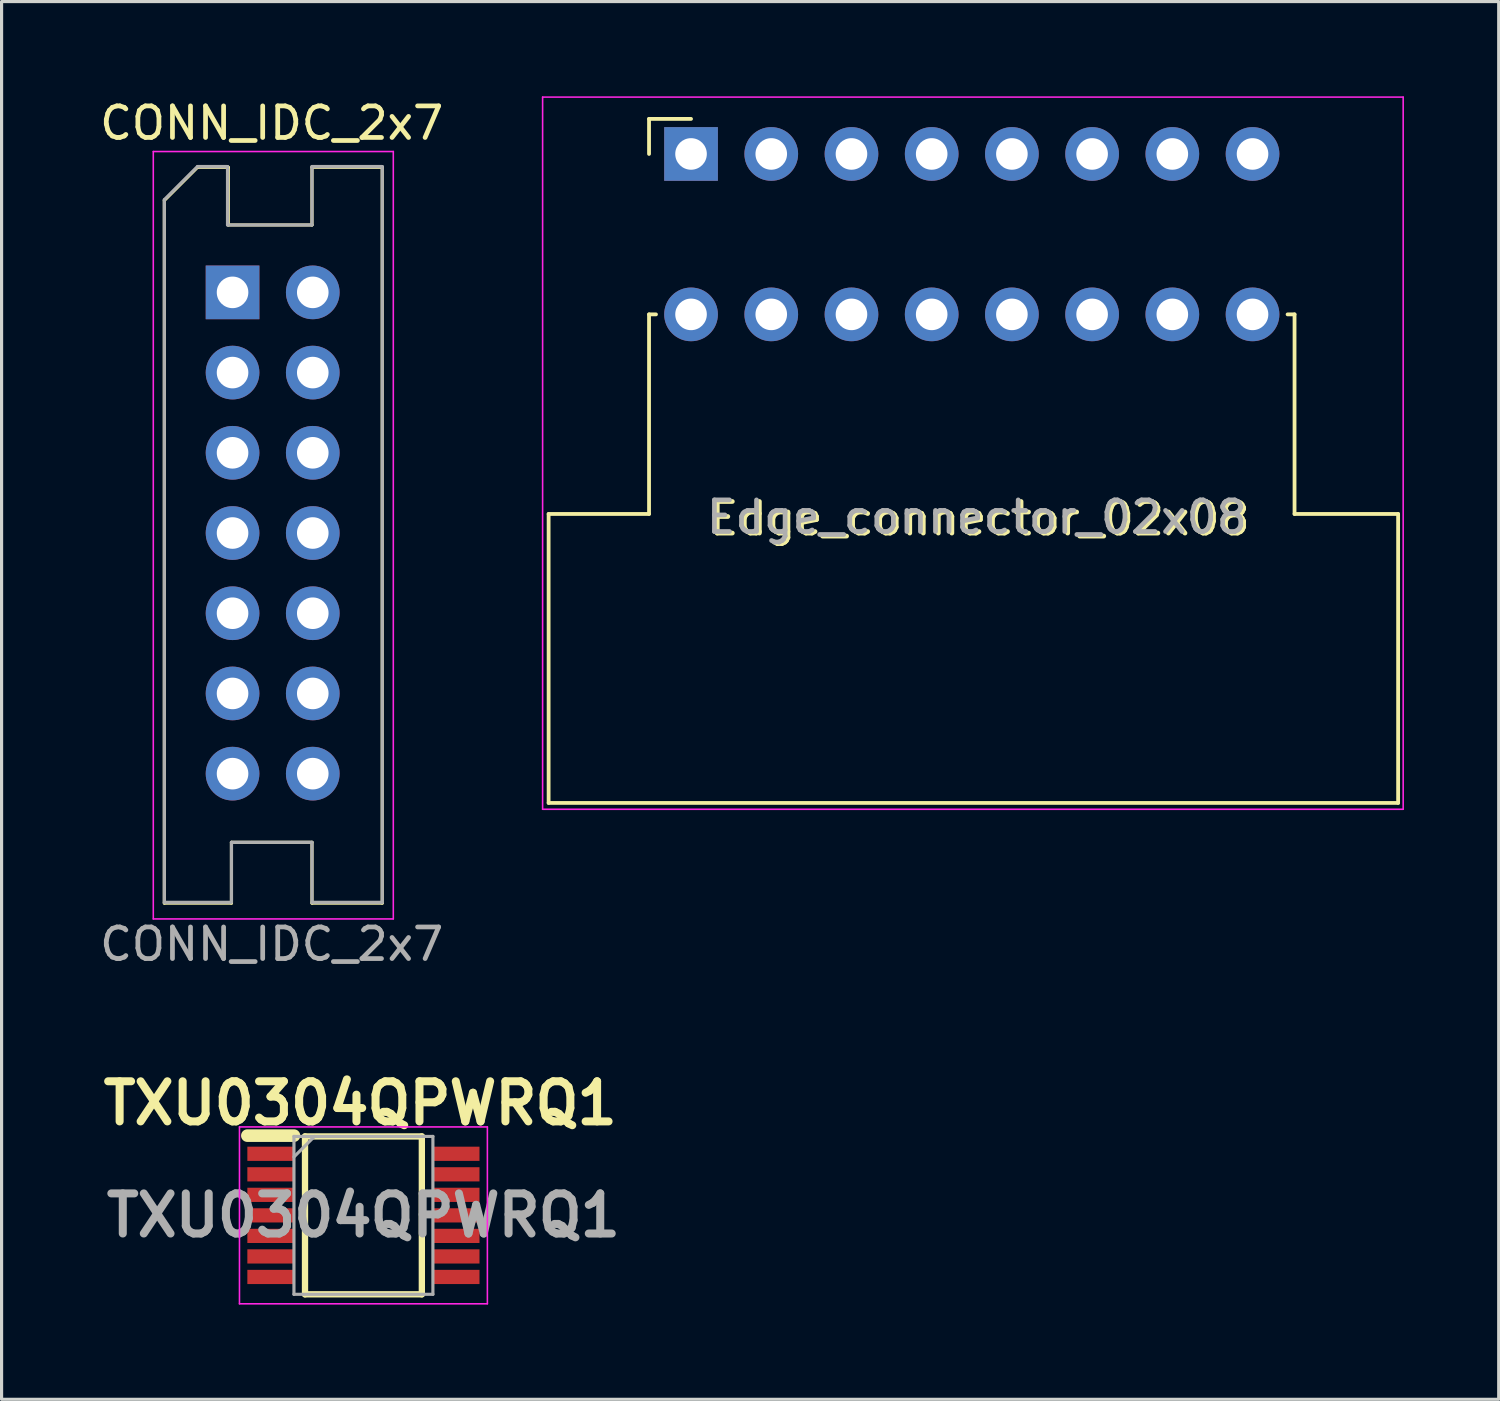
<source format=kicad_pcb>
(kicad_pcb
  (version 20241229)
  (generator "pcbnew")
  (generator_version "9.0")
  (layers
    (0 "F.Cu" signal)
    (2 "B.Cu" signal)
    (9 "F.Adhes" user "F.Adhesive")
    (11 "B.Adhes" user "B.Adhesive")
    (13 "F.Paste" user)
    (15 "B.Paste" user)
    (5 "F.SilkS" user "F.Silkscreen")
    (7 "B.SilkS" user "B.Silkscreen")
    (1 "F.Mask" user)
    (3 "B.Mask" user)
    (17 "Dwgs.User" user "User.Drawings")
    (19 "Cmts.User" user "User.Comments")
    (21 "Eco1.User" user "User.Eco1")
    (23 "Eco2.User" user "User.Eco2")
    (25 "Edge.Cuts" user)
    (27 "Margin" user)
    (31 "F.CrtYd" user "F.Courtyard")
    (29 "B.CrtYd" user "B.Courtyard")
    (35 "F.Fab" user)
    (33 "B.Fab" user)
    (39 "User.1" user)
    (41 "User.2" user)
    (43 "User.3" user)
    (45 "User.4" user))
  (footprint "Edge_connector_02x08"
    (layer "F.Cu")
    (at 27.722 13.375)
    (property "Reference" "Edge_connector_02x08" (at 0.25 0 0) (unlocked yes) (layer "F.SilkS") (effects (font (size 1 1) (thickness 0.15))))
    (attr through_hole)
    (fp_line (start -13.4 -0.15) (end -10.22 -0.15) (stroke (width 0.12) (type solid)) (layer "F.SilkS"))
    (fp_line (start -13.4 9) (end -13.4 -0.15) (stroke (width 0.12) (type solid)) (layer "F.SilkS"))
    (fp_line (start -13.4 9) (end 13.5 9) (stroke (width 0.12) (type solid)) (layer "F.SilkS"))
    (fp_line (start -10.22 -12.66) (end -8.89 -12.66) (stroke (width 0.12) (type solid)) (layer "F.SilkS"))
    (fp_line (start -10.22 -11.55) (end -10.22 -12.66) (stroke (width 0.12) (type solid)) (layer "F.SilkS"))
    (fp_line (start -10.22 -6.47) (end -10 -6.47) (stroke (width 0.12) (type solid)) (layer "F.SilkS"))
    (fp_line (start -10.22 -0.15) (end -10.22 -6.47) (stroke (width 0.12) (type solid)) (layer "F.SilkS"))
    (fp_line (start 10 -6.47) (end 10.22 -6.47) (stroke (width 0.12) (type solid)) (layer "F.SilkS"))
    (fp_line (start 10.22 -0.15) (end 10.22 -6.47) (stroke (width 0.12) (type solid)) (layer "F.SilkS"))
    (fp_line (start 10.22 -0.15) (end 13.5 -0.15) (stroke (width 0.12) (type solid)) (layer "F.SilkS"))
    (fp_line (start 13.5 9) (end 13.5 -0.15) (stroke (width 0.12) (type solid)) (layer "F.SilkS"))
    (fp_line (start -13.59 -13.35) (end -13.59 9.2) (stroke (width 0.05) (type solid)) (layer "F.CrtYd"))
    (fp_line (start -13.59 9.2) (end 13.66 9.2) (stroke (width 0.05) (type solid)) (layer "F.CrtYd"))
    (fp_line (start 13.66 -13.35) (end -13.59 -13.35) (stroke (width 0.05) (type solid)) (layer "F.CrtYd"))
    (fp_line (start 13.66 9.2) (end 13.66 -13.35) (stroke (width 0.05) (type solid)) (layer "F.CrtYd"))
    (fp_line (start -8.59 -11.55) (end -9.19 -11.55) (stroke (width 0.1) (type solid)) (layer "F.Fab"))
    (fp_line (start -6.05 -11.55) (end -6.65 -11.55) (stroke (width 0.1) (type solid)) (layer "F.Fab"))
    (fp_line (start -3.51 -11.55) (end -4.11 -11.55) (stroke (width 0.1) (type solid)) (layer "F.Fab"))
    (fp_line (start -0.97 -11.55) (end -1.57 -11.55) (stroke (width 0.1) (type solid)) (layer "F.Fab"))
    (fp_line (start 1.57 -11.55) (end 0.97 -11.55) (stroke (width 0.1) (type solid)) (layer "F.Fab"))
    (fp_line (start 4.11 -11.55) (end 3.51 -11.55) (stroke (width 0.1) (type solid)) (layer "F.Fab"))
    (fp_line (start 6.65 -11.55) (end 6.05 -11.55) (stroke (width 0.1) (type solid)) (layer "F.Fab"))
    (fp_line (start 9.19 -11.55) (end 8.59 -11.55) (stroke (width 0.1) (type solid)) (layer "F.Fab"))
    (fp_text user "${REFERENCE}" (at 0.16 -0.05 180) (layer "F.Fab") (effects (font (size 1 1) (thickness 0.15))))
    (pad "1" thru_hole rect (at -8.89 -11.55 90) (size 1.7 1.7) (drill 1) (layers "*.Cu" "*.Mask"))
    (pad "2" thru_hole oval (at -8.89 -6.47 90) (size 1.7 1.7) (drill 1) (layers "*.Cu" "*.Mask"))
    (pad "3" thru_hole oval (at -6.35 -11.55 90) (size 1.7 1.7) (drill 1) (layers "*.Cu" "*.Mask"))
    (pad "4" thru_hole oval (at -6.35 -6.47 90) (size 1.7 1.7) (drill 1) (layers "*.Cu" "*.Mask"))
    (pad "5" thru_hole oval (at -3.81 -11.55 90) (size 1.7 1.7) (drill 1) (layers "*.Cu" "*.Mask"))
    (pad "6" thru_hole oval (at -3.81 -6.47 90) (size 1.7 1.7) (drill 1) (layers "*.Cu" "*.Mask"))
    (pad "7" thru_hole oval (at -1.27 -11.55 90) (size 1.7 1.7) (drill 1) (layers "*.Cu" "*.Mask"))
    (pad "8" thru_hole oval (at -1.27 -6.47 90) (size 1.7 1.7) (drill 1) (layers "*.Cu" "*.Mask"))
    (pad "9" thru_hole oval (at 1.27 -11.55 90) (size 1.7 1.7) (drill 1) (layers "*.Cu" "*.Mask"))
    (pad "10" thru_hole oval (at 1.27 -6.47 90) (size 1.7 1.7) (drill 1) (layers "*.Cu" "*.Mask"))
    (pad "11" thru_hole oval (at 3.81 -11.55 90) (size 1.7 1.7) (drill 1) (layers "*.Cu" "*.Mask"))
    (pad "12" thru_hole oval (at 3.81 -6.47 90) (size 1.7 1.7) (drill 1) (layers "*.Cu" "*.Mask"))
    (pad "13" thru_hole oval (at 6.35 -11.55 90) (size 1.7 1.7) (drill 1) (layers "*.Cu" "*.Mask"))
    (pad "14" thru_hole oval (at 6.35 -6.47 90) (size 1.7 1.7) (drill 1) (layers "*.Cu" "*.Mask"))
    (pad "15" thru_hole oval (at 8.89 -11.55 90) (size 1.7 1.7) (drill 1) (layers "*.Cu" "*.Mask"))
    (pad "16" thru_hole oval (at 8.89 -6.47 90) (size 1.7 1.7) (drill 1) (layers "*.Cu" "*.Mask")))
  (footprint "TXU0304QPWRQ1"
    (layer "F.Cu")
    (at 8.458 35.435)
    (property "Reference" "TXU0304QPWRQ1" (at -0.1 -3.55 0) (layer "F.SilkS") (effects (font (size 1.27 1.27) (thickness 0.254))))
    (attr smd)
    (fp_line (start -3.675 -2.525) (end -2.2 -2.525) (stroke (width 0.4) (type solid)) (layer "F.SilkS"))
    (fp_line (start -1.85 -2.5) (end 1.85 -2.5) (stroke (width 0.2) (type solid)) (layer "F.SilkS"))
    (fp_line (start -1.85 2.5) (end -1.85 -2.5) (stroke (width 0.2) (type solid)) (layer "F.SilkS"))
    (fp_line (start 1.85 -2.5) (end 1.85 2.5) (stroke (width 0.2) (type solid)) (layer "F.SilkS"))
    (fp_line (start 1.85 2.5) (end -1.85 2.5) (stroke (width 0.2) (type solid)) (layer "F.SilkS"))
    (fp_line (start -3.925 -2.8) (end 3.925 -2.8) (stroke (width 0.05) (type solid)) (layer "F.CrtYd"))
    (fp_line (start -3.925 2.8) (end -3.925 -2.8) (stroke (width 0.05) (type solid)) (layer "F.CrtYd"))
    (fp_line (start 3.925 -2.8) (end 3.925 2.8) (stroke (width 0.05) (type solid)) (layer "F.CrtYd"))
    (fp_line (start 3.925 2.8) (end -3.925 2.8) (stroke (width 0.05) (type solid)) (layer "F.CrtYd"))
    (fp_line (start -2.2 -2.5) (end 2.2 -2.5) (stroke (width 0.1) (type solid)) (layer "F.Fab"))
    (fp_line (start -2.2 -1.85) (end -1.55 -2.5) (stroke (width 0.1) (type solid)) (layer "F.Fab"))
    (fp_line (start -2.2 2.5) (end -2.2 -2.5) (stroke (width 0.1) (type solid)) (layer "F.Fab"))
    (fp_line (start 2.2 -2.5) (end 2.2 2.5) (stroke (width 0.1) (type solid)) (layer "F.Fab"))
    (fp_line (start 2.2 2.5) (end -2.2 2.5) (stroke (width 0.1) (type solid)) (layer "F.Fab"))
    (fp_text user "${REFERENCE}" (at 0 0 0) (layer "F.Fab") (effects (font (size 1.27 1.27) (thickness 0.254))))
    (pad "1" smd rect (at -2.938 -1.95 90) (size 0.45 1.475) (layers "F.Cu" "F.Mask" "F.Paste"))
    (pad "2" smd rect (at -2.938 -1.3 90) (size 0.45 1.475) (layers "F.Cu" "F.Mask" "F.Paste"))
    (pad "3" smd rect (at -2.938 -0.65 90) (size 0.45 1.475) (layers "F.Cu" "F.Mask" "F.Paste"))
    (pad "4" smd rect (at -2.938 0 90) (size 0.45 1.475) (layers "F.Cu" "F.Mask" "F.Paste"))
    (pad "5" smd rect (at -2.938 0.65 90) (size 0.45 1.475) (layers "F.Cu" "F.Mask" "F.Paste"))
    (pad "6" smd rect (at -2.938 1.3 90) (size 0.45 1.475) (layers "F.Cu" "F.Mask" "F.Paste"))
    (pad "7" smd rect (at -2.938 1.95 90) (size 0.45 1.475) (layers "F.Cu" "F.Mask" "F.Paste"))
    (pad "8" smd rect (at 2.938 1.95 90) (size 0.45 1.475) (layers "F.Cu" "F.Mask" "F.Paste"))
    (pad "9" smd rect (at 2.938 1.3 90) (size 0.45 1.475) (layers "F.Cu" "F.Mask" "F.Paste"))
    (pad "10" smd rect (at 2.938 0.65 90) (size 0.45 1.475) (layers "F.Cu" "F.Mask" "F.Paste"))
    (pad "11" smd rect (at 2.938 0 90) (size 0.45 1.475) (layers "F.Cu" "F.Mask" "F.Paste"))
    (pad "12" smd rect (at 2.938 -0.65 90) (size 0.45 1.475) (layers "F.Cu" "F.Mask" "F.Paste"))
    (pad "13" smd rect (at 2.938 -1.3 90) (size 0.45 1.475) (layers "F.Cu" "F.Mask" "F.Paste"))
    (pad "14" smd rect (at 2.938 -1.95 90) (size 0.45 1.475) (layers "F.Cu" "F.Mask" "F.Paste")))
  (footprint "CONN_IDC_2x7"
    (layer "F.Cu")
    (at 5.554 13.848)
    (property "Reference" "CONN_IDC_2x7" (at 0 -13 0) (unlocked yes) (layer "F.SilkS") (effects (font (size 1 1) (thickness 0.15))))
    (attr through_hole)
    (fp_line (start -3.4 11.7) (end -3.4 -10.55) (stroke (width 0.1) (type default)) (layer "F.SilkS"))
    (fp_line (start -2.35 -11.6) (end -3.4 -10.55) (stroke (width 0.1) (type default)) (layer "F.SilkS"))
    (fp_line (start -1.375 -11.6) (end -2.35 -11.6) (stroke (width 0.1) (type default)) (layer "F.SilkS"))
    (fp_line (start -1.375 -11.6) (end -1.375 -9.775) (stroke (width 0.1) (type default)) (layer "F.SilkS"))
    (fp_line (start -1.375 -9.775) (end 1.275 -9.775) (stroke (width 0.1) (type default)) (layer "F.SilkS"))
    (fp_line (start -1.275 9.775) (end 1.275 9.775) (stroke (width 0.1) (type default)) (layer "F.SilkS"))
    (fp_line (start -1.275 11.7) (end -3.4 11.7) (stroke (width 0.1) (type default)) (layer "F.SilkS"))
    (fp_line (start -1.275 11.7) (end -1.275 9.775) (stroke (width 0.1) (type default)) (layer "F.SilkS"))
    (fp_line (start 1.275 -9.775) (end 1.275 -11.6) (stroke (width 0.1) (type default)) (layer "F.SilkS"))
    (fp_line (start 1.275 9.775) (end 1.275 11.7) (stroke (width 0.1) (type default)) (layer "F.SilkS"))
    (fp_line (start 3.5 -11.6) (end 1.275 -11.6) (stroke (width 0.1) (type default)) (layer "F.SilkS"))
    (fp_line (start 3.5 -11.6) (end 3.5 11.7) (stroke (width 0.1) (type default)) (layer "F.SilkS"))
    (fp_line (start 3.5 11.7) (end 1.275 11.7) (stroke (width 0.1) (type default)) (layer "F.SilkS"))
    (fp_line (start -3.75 -12.1) (end -3.75 12.2) (stroke (width 0.05) (type solid)) (layer "F.CrtYd"))
    (fp_line (start -3.75 12.2) (end 3.85 12.2) (stroke (width 0.05) (type solid)) (layer "F.CrtYd"))
    (fp_line (start 3.85 -12.1) (end -3.75 -12.1) (stroke (width 0.05) (type solid)) (layer "F.CrtYd"))
    (fp_line (start 3.85 12.2) (end 3.85 -12.1) (stroke (width 0.05) (type solid)) (layer "F.CrtYd"))
    (fp_line (start -3.4 11.675) (end -3.4 -10.575) (stroke (width 0.1) (type default)) (layer "F.Fab"))
    (fp_line (start -2.35 -11.625) (end -3.4 -10.575) (stroke (width 0.1) (type default)) (layer "F.Fab"))
    (fp_line (start -1.4 -11.625) (end -2.35 -11.625) (stroke (width 0.1) (type default)) (layer "F.Fab"))
    (fp_line (start -1.4 -11.625) (end -1.4 -9.775) (stroke (width 0.1) (type default)) (layer "F.Fab"))
    (fp_line (start -1.4 -9.775) (end 1.275 -9.775) (stroke (width 0.1) (type default)) (layer "F.Fab"))
    (fp_line (start -1.275 9.775) (end 1.275 9.775) (stroke (width 0.1) (type default)) (layer "F.Fab"))
    (fp_line (start -1.275 11.65) (end -1.275 9.775) (stroke (width 0.1) (type default)) (layer "F.Fab"))
    (fp_line (start -1.275 11.675) (end -3.4 11.675) (stroke (width 0.1) (type default)) (layer "F.Fab"))
    (fp_line (start 1.275 -9.775) (end 1.275 -11.625) (stroke (width 0.1) (type default)) (layer "F.Fab"))
    (fp_line (start 1.275 9.775) (end 1.275 11.675) (stroke (width 0.1) (type default)) (layer "F.Fab"))
    (fp_line (start 3.5 -11.625) (end 1.275 -11.625) (stroke (width 0.1) (type default)) (layer "F.Fab"))
    (fp_line (start 3.5 -11.625) (end 3.5 11.675) (stroke (width 0.1) (type default)) (layer "F.Fab"))
    (fp_line (start 3.5 11.675) (end 1.275 11.675) (stroke (width 0.1) (type default)) (layer "F.Fab"))
    (fp_text user "${REFERENCE}" (at 0 13 0) (unlocked yes) (layer "F.Fab") (effects (font (size 1 1) (thickness 0.15))))
    (pad "1" thru_hole rect (at -1.24 -7.64) (size 1.7 1.7) (drill 1) (layers "*.Cu" "*.Mask"))
    (pad "2" thru_hole oval (at 1.3 -7.64) (size 1.7 1.7) (drill 1) (layers "*.Cu" "*.Mask"))
    (pad "3" thru_hole oval (at -1.24 -5.1) (size 1.7 1.7) (drill 1) (layers "*.Cu" "*.Mask"))
    (pad "4" thru_hole oval (at 1.3 -5.1) (size 1.7 1.7) (drill 1) (layers "*.Cu" "*.Mask"))
    (pad "5" thru_hole oval (at -1.24 -2.56) (size 1.7 1.7) (drill 1) (layers "*.Cu" "*.Mask"))
    (pad "6" thru_hole oval (at 1.3 -2.56) (size 1.7 1.7) (drill 1) (layers "*.Cu" "*.Mask"))
    (pad "7" thru_hole oval (at -1.24 -0.02) (size 1.7 1.7) (drill 1) (layers "*.Cu" "*.Mask"))
    (pad "8" thru_hole oval (at 1.3 -0.02) (size 1.7 1.7) (drill 1) (layers "*.Cu" "*.Mask"))
    (pad "9" thru_hole oval (at -1.24 2.52) (size 1.7 1.7) (drill 1) (layers "*.Cu" "*.Mask"))
    (pad "10" thru_hole oval (at 1.3 2.52) (size 1.7 1.7) (drill 1) (layers "*.Cu" "*.Mask"))
    (pad "11" thru_hole oval (at -1.24 5.06) (size 1.7 1.7) (drill 1) (layers "*.Cu" "*.Mask"))
    (pad "12" thru_hole oval (at 1.3 5.06) (size 1.7 1.7) (drill 1) (layers "*.Cu" "*.Mask"))
    (pad "13" thru_hole oval (at -1.24 7.6) (size 1.7 1.7) (drill 1) (layers "*.Cu" "*.Mask"))
    (pad "14" thru_hole oval (at 1.3 7.6) (size 1.7 1.7) (drill 1) (layers "*.Cu" "*.Mask")))
  (gr_rect
    (start -3 -3)
    (end 44.407 41.26)
    (stroke (width 0.1) (type default))
    (fill no)
    (layer "Edge.Cuts")))
</source>
